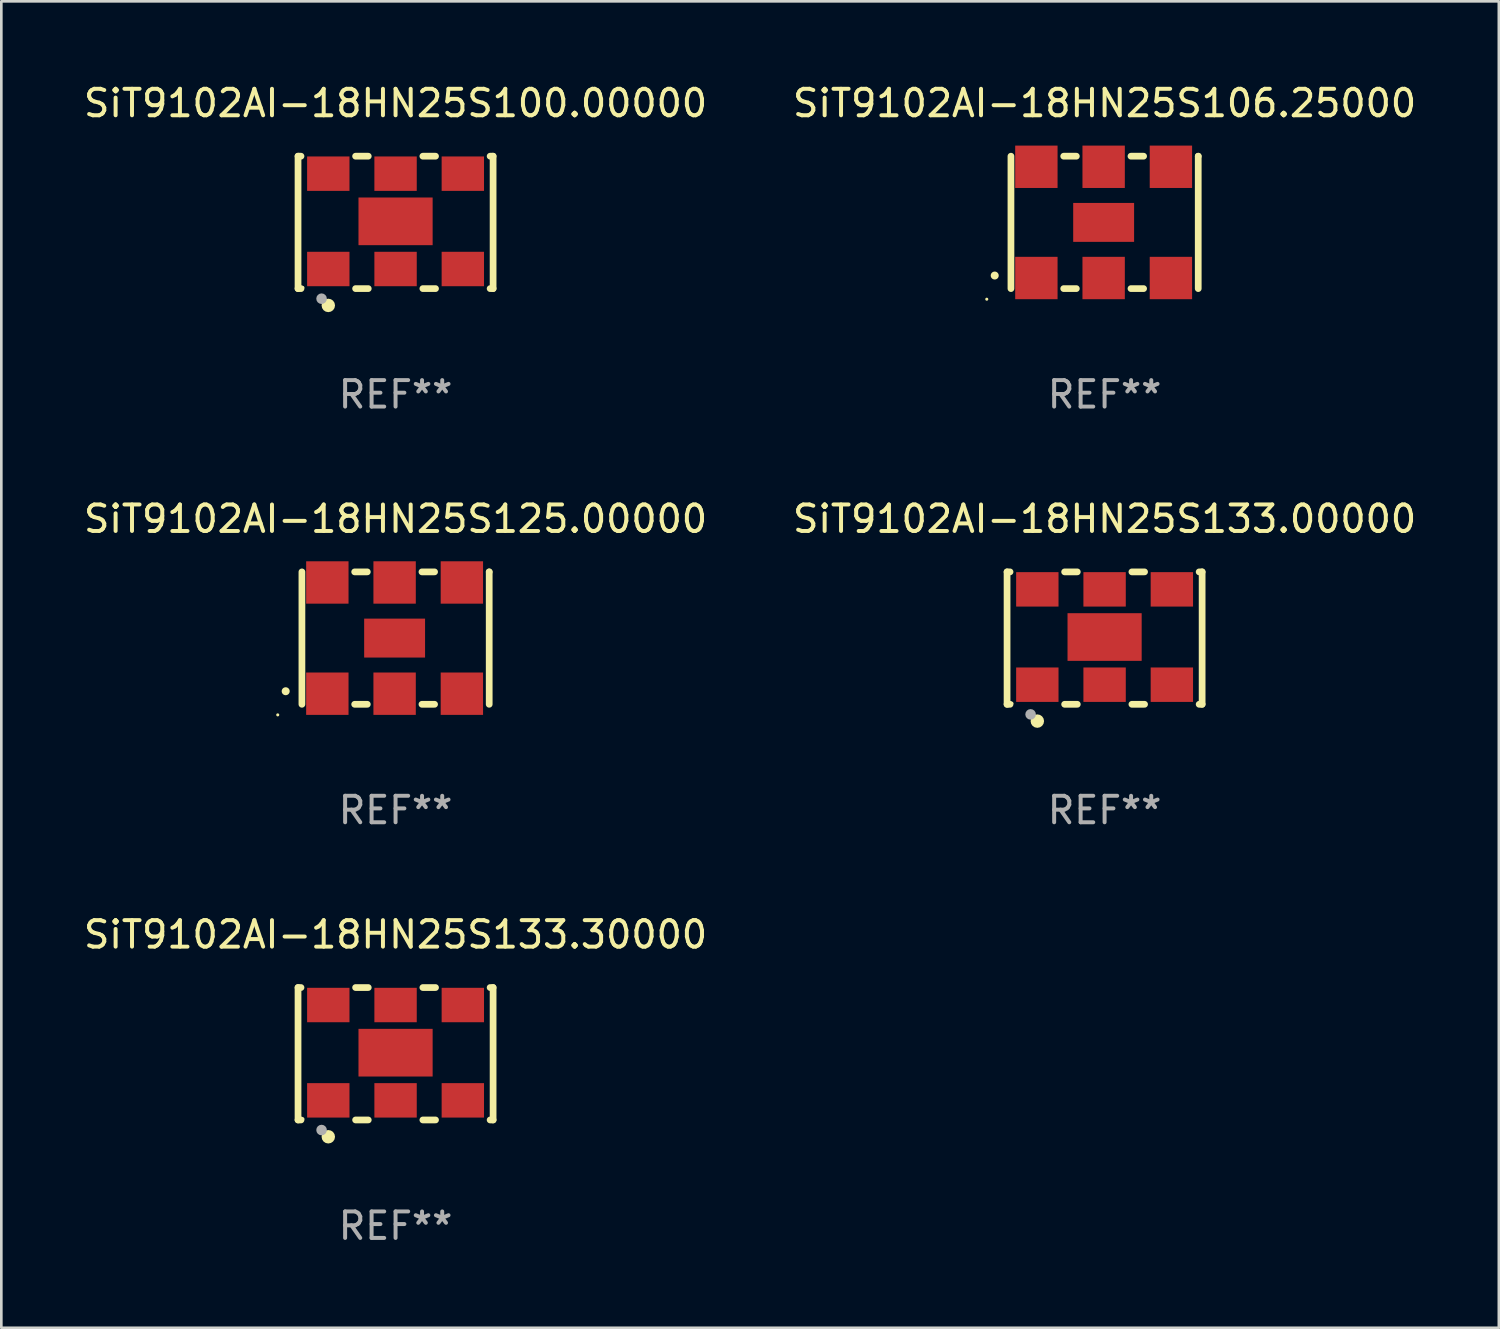
<source format=kicad_pcb>
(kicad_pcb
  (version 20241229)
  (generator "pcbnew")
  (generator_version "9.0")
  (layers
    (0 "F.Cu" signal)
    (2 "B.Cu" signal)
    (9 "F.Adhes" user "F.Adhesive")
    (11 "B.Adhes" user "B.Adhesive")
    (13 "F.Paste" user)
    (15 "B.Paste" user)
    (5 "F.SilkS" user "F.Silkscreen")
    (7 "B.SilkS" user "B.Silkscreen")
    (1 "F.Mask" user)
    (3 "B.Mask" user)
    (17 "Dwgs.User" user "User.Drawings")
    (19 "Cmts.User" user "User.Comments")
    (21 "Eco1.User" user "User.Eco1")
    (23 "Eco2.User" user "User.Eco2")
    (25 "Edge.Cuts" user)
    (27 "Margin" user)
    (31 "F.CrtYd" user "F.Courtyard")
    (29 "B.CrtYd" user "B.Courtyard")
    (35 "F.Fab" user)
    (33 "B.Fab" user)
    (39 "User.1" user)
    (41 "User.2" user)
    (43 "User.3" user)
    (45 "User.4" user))
  (footprint "SiT9102AI-18HN25S125.00000"
    (layer "F.Cu")
    (at 11.887 21.045)
    (property "Reference" "SiT9102AI-18HN25S125.00000" (at 0 -4.5 0) (layer "F.SilkS") (effects (font (size 1 1) (thickness 0.15))))
    (attr through_hole)
    (fp_line (start -3.536 -2.5) (end -3.536 2.5) (stroke (width 0.254) (type solid)) (layer "F.SilkS"))
    (fp_line (start -1.544 2.5) (end -1.067 2.5) (stroke (width 0.254) (type solid)) (layer "F.SilkS"))
    (fp_line (start -1.067 -2.5) (end -1.544 -2.5) (stroke (width 0.254) (type solid)) (layer "F.SilkS"))
    (fp_line (start 0.996 2.5) (end 1.473 2.5) (stroke (width 0.254) (type solid)) (layer "F.SilkS"))
    (fp_line (start 1.473 -2.5) (end 0.996 -2.5) (stroke (width 0.254) (type solid)) (layer "F.SilkS"))
    (fp_line (start 3.536 -2.5) (end 3.536 -2.5) (stroke (width 0.254) (type solid)) (layer "F.SilkS"))
    (fp_line (start 3.536 2.5) (end 3.536 -2.5) (stroke (width 0.254) (type solid)) (layer "F.SilkS"))
    (fp_arc (start -4.150432 2.006604) (mid -4.149162 2.006599) (end -4.147892 2.006604) (stroke (width 0.3) (type solid)) (layer "F.SilkS"))
    (fp_circle (center -4.449 2.9) (end -4.419 2.9) (stroke (width 0.06) (type solid)) (fill no) (layer "F.SilkS"))
    (fp_text user "REF**" (at 0 6.5 0) (layer "F.Fab") (effects (font (size 1 1) (thickness 0.15))))
    (pad "1" smd rect (at -2.576 2.1) (size 1.6 1.6) (layers "F.Cu" "F.Mask" "F.Paste"))
    (pad "2" smd rect (at -0.036 2.1) (size 1.6 1.6) (layers "F.Cu" "F.Mask" "F.Paste"))
    (pad "3" smd rect (at 2.504 2.1) (size 1.6 1.6) (layers "F.Cu" "F.Mask" "F.Paste"))
    (pad "4" smd rect (at 2.504 -2.1) (size 1.6 1.6) (layers "F.Cu" "F.Mask" "F.Paste"))
    (pad "5" smd rect (at -0.036 -2.1) (size 1.6 1.6) (layers "F.Cu" "F.Mask" "F.Paste"))
    (pad "6" smd rect (at -2.576 -2.1) (size 1.6 1.6) (layers "F.Cu" "F.Mask" "F.Paste"))
    (pad "7" smd rect (at -0.036 0) (size 2.3 1.47) (layers "F.Cu" "F.Mask" "F.Paste")))
  (footprint "SiT9102AI-18HN25S106.25000"
    (layer "F.Cu")
    (at 38.661 5.348)
    (property "Reference" "SiT9102AI-18HN25S106.25000" (at 0 -4.5 0) (layer "F.SilkS") (effects (font (size 1 1) (thickness 0.15))))
    (attr through_hole)
    (fp_line (start -3.536 -2.5) (end -3.536 2.5) (stroke (width 0.254) (type solid)) (layer "F.SilkS"))
    (fp_line (start -1.544 2.5) (end -1.067 2.5) (stroke (width 0.254) (type solid)) (layer "F.SilkS"))
    (fp_line (start -1.067 -2.5) (end -1.544 -2.5) (stroke (width 0.254) (type solid)) (layer "F.SilkS"))
    (fp_line (start 0.996 2.5) (end 1.473 2.5) (stroke (width 0.254) (type solid)) (layer "F.SilkS"))
    (fp_line (start 1.473 -2.5) (end 0.996 -2.5) (stroke (width 0.254) (type solid)) (layer "F.SilkS"))
    (fp_line (start 3.536 -2.5) (end 3.536 -2.5) (stroke (width 0.254) (type solid)) (layer "F.SilkS"))
    (fp_line (start 3.536 2.5) (end 3.536 -2.5) (stroke (width 0.254) (type solid)) (layer "F.SilkS"))
    (fp_arc (start -4.150432 2.006604) (mid -4.149162 2.006599) (end -4.147892 2.006604) (stroke (width 0.3) (type solid)) (layer "F.SilkS"))
    (fp_circle (center -4.449 2.9) (end -4.419 2.9) (stroke (width 0.06) (type solid)) (fill no) (layer "F.SilkS"))
    (fp_text user "REF**" (at 0 6.5 0) (layer "F.Fab") (effects (font (size 1 1) (thickness 0.15))))
    (pad "1" smd rect (at -2.576 2.1) (size 1.6 1.6) (layers "F.Cu" "F.Mask" "F.Paste"))
    (pad "2" smd rect (at -0.036 2.1) (size 1.6 1.6) (layers "F.Cu" "F.Mask" "F.Paste"))
    (pad "3" smd rect (at 2.504 2.1) (size 1.6 1.6) (layers "F.Cu" "F.Mask" "F.Paste"))
    (pad "4" smd rect (at 2.504 -2.1) (size 1.6 1.6) (layers "F.Cu" "F.Mask" "F.Paste"))
    (pad "5" smd rect (at -0.036 -2.1) (size 1.6 1.6) (layers "F.Cu" "F.Mask" "F.Paste"))
    (pad "6" smd rect (at -2.576 -2.1) (size 1.6 1.6) (layers "F.Cu" "F.Mask" "F.Paste"))
    (pad "7" smd rect (at -0.036 0) (size 2.3 1.47) (layers "F.Cu" "F.Mask" "F.Paste")))
  (footprint "SiT9102AI-18HN25S133.00000"
    (layer "F.Cu")
    (at 38.661 21.045)
    (property "Reference" "SiT9102AI-18HN25S133.00000" (at 0 -4.5 0) (layer "F.SilkS") (effects (font (size 1 1) (thickness 0.15))))
    (attr through_hole)
    (fp_line (start -3.683 -2.5) (end -3.571 -2.5) (stroke (width 0.254) (type solid)) (layer "F.SilkS"))
    (fp_line (start -3.683 2.5) (end -3.683 -2.5) (stroke (width 0.254) (type solid)) (layer "F.SilkS"))
    (fp_line (start -3.683 2.5) (end -3.571 2.5) (stroke (width 0.254) (type solid)) (layer "F.SilkS"))
    (fp_line (start -1.509 -2.5) (end -1.031 -2.5) (stroke (width 0.254) (type solid)) (layer "F.SilkS"))
    (fp_line (start -1.509 2.5) (end -1.031 2.5) (stroke (width 0.254) (type solid)) (layer "F.SilkS"))
    (fp_line (start 1.031 -2.5) (end 1.509 -2.5) (stroke (width 0.254) (type solid)) (layer "F.SilkS"))
    (fp_line (start 1.031 2.5) (end 1.509 2.5) (stroke (width 0.254) (type solid)) (layer "F.SilkS"))
    (fp_line (start 3.571 -2.5) (end 3.683 -2.5) (stroke (width 0.254) (type solid)) (layer "F.SilkS"))
    (fp_line (start 3.571 2.5) (end 3.683 2.5) (stroke (width 0.254) (type solid)) (layer "F.SilkS"))
    (fp_line (start 3.683 2.5) (end 3.683 -2.5) (stroke (width 0.254) (type solid)) (layer "F.SilkS"))
    (fp_circle (center -3.5 2.46) (end -3.47 2.46) (stroke (width 0.06) (type solid)) (fill no) (layer "F.SilkS"))
    (fp_circle (center -2.54 3.135) (end -2.413 3.135) (stroke (width 0.254) (type solid)) (fill no) (layer "F.SilkS"))
    (fp_circle (center -2.794 2.881) (end -2.694 2.881) (stroke (width 0.2) (type solid)) (fill no) (layer "F.Fab"))
    (fp_text user "REF**" (at 0 6.5 0) (layer "F.Fab") (effects (font (size 1 1) (thickness 0.15))))
    (pad "1" smd rect (at -2.54 1.76) (size 1.6 1.3) (layers "F.Cu" "F.Mask" "F.Paste"))
    (pad "2" smd rect (at 0 1.76) (size 1.6 1.3) (layers "F.Cu" "F.Mask" "F.Paste"))
    (pad "3" smd rect (at 2.54 1.76) (size 1.6 1.3) (layers "F.Cu" "F.Mask" "F.Paste"))
    (pad "4" smd rect (at 2.54 -1.84) (size 1.6 1.3) (layers "F.Cu" "F.Mask" "F.Paste"))
    (pad "5" smd rect (at 0 -1.84) (size 1.6 1.3) (layers "F.Cu" "F.Mask" "F.Paste"))
    (pad "6" smd rect (at -2.54 -1.84) (size 1.6 1.3) (layers "F.Cu" "F.Mask" "F.Paste"))
    (pad "7" smd rect (at 0 -0.04) (size 2.8 1.8) (layers "F.Cu" "F.Mask" "F.Paste")))
  (footprint "SiT9102AI-18HN25S100.00000"
    (layer "F.Cu")
    (at 11.887 5.348)
    (property "Reference" "SiT9102AI-18HN25S100.00000" (at 0 -4.5 0) (layer "F.SilkS") (effects (font (size 1 1) (thickness 0.15))))
    (attr through_hole)
    (fp_line (start -3.683 -2.5) (end -3.571 -2.5) (stroke (width 0.254) (type solid)) (layer "F.SilkS"))
    (fp_line (start -3.683 2.5) (end -3.683 -2.5) (stroke (width 0.254) (type solid)) (layer "F.SilkS"))
    (fp_line (start -3.683 2.5) (end -3.571 2.5) (stroke (width 0.254) (type solid)) (layer "F.SilkS"))
    (fp_line (start -1.509 -2.5) (end -1.031 -2.5) (stroke (width 0.254) (type solid)) (layer "F.SilkS"))
    (fp_line (start -1.509 2.5) (end -1.031 2.5) (stroke (width 0.254) (type solid)) (layer "F.SilkS"))
    (fp_line (start 1.031 -2.5) (end 1.509 -2.5) (stroke (width 0.254) (type solid)) (layer "F.SilkS"))
    (fp_line (start 1.031 2.5) (end 1.509 2.5) (stroke (width 0.254) (type solid)) (layer "F.SilkS"))
    (fp_line (start 3.571 -2.5) (end 3.683 -2.5) (stroke (width 0.254) (type solid)) (layer "F.SilkS"))
    (fp_line (start 3.571 2.5) (end 3.683 2.5) (stroke (width 0.254) (type solid)) (layer "F.SilkS"))
    (fp_line (start 3.683 2.5) (end 3.683 -2.5) (stroke (width 0.254) (type solid)) (layer "F.SilkS"))
    (fp_circle (center -3.5 2.46) (end -3.47 2.46) (stroke (width 0.06) (type solid)) (fill no) (layer "F.SilkS"))
    (fp_circle (center -2.54 3.135) (end -2.413 3.135) (stroke (width 0.254) (type solid)) (fill no) (layer "F.SilkS"))
    (fp_circle (center -2.794 2.881) (end -2.694 2.881) (stroke (width 0.2) (type solid)) (fill no) (layer "F.Fab"))
    (fp_text user "REF**" (at 0 6.5 0) (layer "F.Fab") (effects (font (size 1 1) (thickness 0.15))))
    (pad "1" smd rect (at -2.54 1.76) (size 1.6 1.3) (layers "F.Cu" "F.Mask" "F.Paste"))
    (pad "2" smd rect (at 0 1.76) (size 1.6 1.3) (layers "F.Cu" "F.Mask" "F.Paste"))
    (pad "3" smd rect (at 2.54 1.76) (size 1.6 1.3) (layers "F.Cu" "F.Mask" "F.Paste"))
    (pad "4" smd rect (at 2.54 -1.84) (size 1.6 1.3) (layers "F.Cu" "F.Mask" "F.Paste"))
    (pad "5" smd rect (at 0 -1.84) (size 1.6 1.3) (layers "F.Cu" "F.Mask" "F.Paste"))
    (pad "6" smd rect (at -2.54 -1.84) (size 1.6 1.3) (layers "F.Cu" "F.Mask" "F.Paste"))
    (pad "7" smd rect (at 0 -0.04) (size 2.8 1.8) (layers "F.Cu" "F.Mask" "F.Paste")))
  (footprint "SiT9102AI-18HN25S133.30000"
    (layer "F.Cu")
    (at 11.887 36.741)
    (property "Reference" "SiT9102AI-18HN25S133.30000" (at 0 -4.5 0) (layer "F.SilkS") (effects (font (size 1 1) (thickness 0.15))))
    (attr through_hole)
    (fp_line (start -3.683 -2.5) (end -3.571 -2.5) (stroke (width 0.254) (type solid)) (layer "F.SilkS"))
    (fp_line (start -3.683 2.5) (end -3.683 -2.5) (stroke (width 0.254) (type solid)) (layer "F.SilkS"))
    (fp_line (start -3.683 2.5) (end -3.571 2.5) (stroke (width 0.254) (type solid)) (layer "F.SilkS"))
    (fp_line (start -1.509 -2.5) (end -1.031 -2.5) (stroke (width 0.254) (type solid)) (layer "F.SilkS"))
    (fp_line (start -1.509 2.5) (end -1.031 2.5) (stroke (width 0.254) (type solid)) (layer "F.SilkS"))
    (fp_line (start 1.031 -2.5) (end 1.509 -2.5) (stroke (width 0.254) (type solid)) (layer "F.SilkS"))
    (fp_line (start 1.031 2.5) (end 1.509 2.5) (stroke (width 0.254) (type solid)) (layer "F.SilkS"))
    (fp_line (start 3.571 -2.5) (end 3.683 -2.5) (stroke (width 0.254) (type solid)) (layer "F.SilkS"))
    (fp_line (start 3.571 2.5) (end 3.683 2.5) (stroke (width 0.254) (type solid)) (layer "F.SilkS"))
    (fp_line (start 3.683 2.5) (end 3.683 -2.5) (stroke (width 0.254) (type solid)) (layer "F.SilkS"))
    (fp_circle (center -3.5 2.46) (end -3.47 2.46) (stroke (width 0.06) (type solid)) (fill no) (layer "F.SilkS"))
    (fp_circle (center -2.54 3.135) (end -2.413 3.135) (stroke (width 0.254) (type solid)) (fill no) (layer "F.SilkS"))
    (fp_circle (center -2.794 2.881) (end -2.694 2.881) (stroke (width 0.2) (type solid)) (fill no) (layer "F.Fab"))
    (fp_text user "REF**" (at 0 6.5 0) (layer "F.Fab") (effects (font (size 1 1) (thickness 0.15))))
    (pad "1" smd rect (at -2.54 1.76) (size 1.6 1.3) (layers "F.Cu" "F.Mask" "F.Paste"))
    (pad "2" smd rect (at 0 1.76) (size 1.6 1.3) (layers "F.Cu" "F.Mask" "F.Paste"))
    (pad "3" smd rect (at 2.54 1.76) (size 1.6 1.3) (layers "F.Cu" "F.Mask" "F.Paste"))
    (pad "4" smd rect (at 2.54 -1.84) (size 1.6 1.3) (layers "F.Cu" "F.Mask" "F.Paste"))
    (pad "5" smd rect (at 0 -1.84) (size 1.6 1.3) (layers "F.Cu" "F.Mask" "F.Paste"))
    (pad "6" smd rect (at -2.54 -1.84) (size 1.6 1.3) (layers "F.Cu" "F.Mask" "F.Paste"))
    (pad "7" smd rect (at 0 -0.04) (size 2.8 1.8) (layers "F.Cu" "F.Mask" "F.Paste")))
  (gr_rect
    (start -3 -3)
    (end 53.548 47.09)
    (stroke (width 0.1) (type default))
    (fill no)
    (layer "Edge.Cuts")))
</source>
